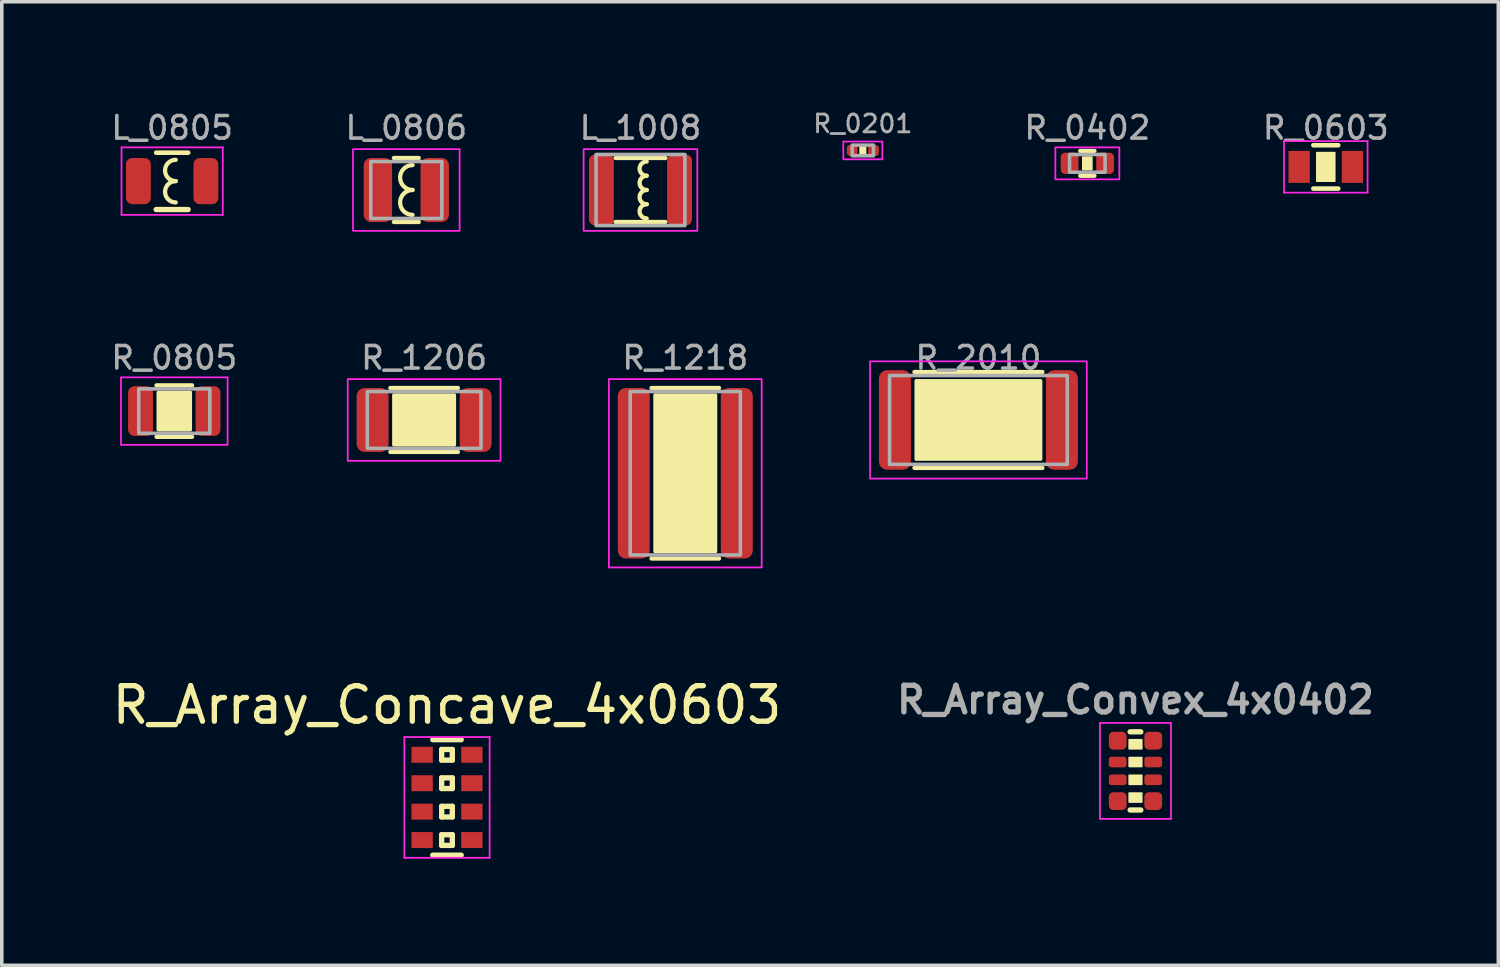
<source format=kicad_pcb>
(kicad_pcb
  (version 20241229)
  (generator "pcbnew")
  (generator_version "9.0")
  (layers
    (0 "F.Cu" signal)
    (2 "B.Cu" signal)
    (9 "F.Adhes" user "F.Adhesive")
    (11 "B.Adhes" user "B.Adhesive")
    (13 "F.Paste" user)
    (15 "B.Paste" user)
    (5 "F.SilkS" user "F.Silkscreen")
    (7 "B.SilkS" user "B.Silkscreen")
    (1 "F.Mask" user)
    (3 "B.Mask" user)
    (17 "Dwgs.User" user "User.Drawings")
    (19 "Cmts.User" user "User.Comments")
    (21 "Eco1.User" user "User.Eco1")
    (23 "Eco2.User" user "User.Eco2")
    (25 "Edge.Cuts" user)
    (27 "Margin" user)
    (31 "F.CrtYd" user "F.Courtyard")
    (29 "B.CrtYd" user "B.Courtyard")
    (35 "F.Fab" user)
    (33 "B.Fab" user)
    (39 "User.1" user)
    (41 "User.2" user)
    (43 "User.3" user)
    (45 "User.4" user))
  (footprint "R_2010"
    (layer "F.Cu")
    (at 24.486 8.769)
    (property "Reference" "R_2010" (at 0 -1.75 0) (layer "F.Fab") (effects (font (size 0.635 0.635) (thickness 0.1))))
    (attr smd)
    (fp_line (start -1.8 -1.35) (end 1.8 -1.35) (stroke (width 0.12) (type solid)) (layer "F.SilkS"))
    (fp_line (start 1.8 1.35) (end -1.8 1.35) (stroke (width 0.12) (type solid)) (layer "F.SilkS"))
    (fp_rect (start -1.75 -1.1) (end 1.75 1.1) (stroke (width 0.1) (type solid)) (fill yes) (layer "F.SilkS"))
    (fp_rect (start -3.05 -1.65) (end 3.05 1.65) (stroke (width 0.05) (type solid)) (fill no) (layer "F.CrtYd"))
    (fp_rect (start -2.5 -1.25) (end 2.5 1.25) (stroke (width 0.1) (type solid)) (fill no) (layer "F.Fab"))
    (pad "1" smd roundrect (at -2.35 0) (size 0.9 2.8) (layers "F.Cu" "F.Mask" "F.Paste") (roundrect_rratio 0.25))
    (pad "2" smd roundrect (at 2.35 0) (size 0.9 2.8) (layers "F.Cu" "F.Mask" "F.Paste") (roundrect_rratio 0.25)))
  (footprint "R_1206"
    (layer "F.Cu")
    (at 8.886 8.769)
    (property "Reference" "R_1206" (at 0 -1.75 0) (layer "F.Fab") (effects (font (size 0.635 0.635) (thickness 0.1))))
    (attr smd)
    (fp_line (start -0.95 -0.9) (end 0.95 -0.9) (stroke (width 0.12) (type solid)) (layer "F.SilkS"))
    (fp_line (start 0.95 0.9) (end -0.95 0.9) (stroke (width 0.12) (type solid)) (layer "F.SilkS"))
    (fp_rect (start -0.85 -0.7) (end 0.85 0.7) (stroke (width 0.1) (type solid)) (fill yes) (layer "F.SilkS"))
    (fp_rect (start -2.15 -1.15) (end 2.15 1.15) (stroke (width 0.05) (type solid)) (fill no) (layer "F.CrtYd"))
    (fp_rect (start -1.6 -0.8) (end 1.6 0.8) (stroke (width 0.1) (type solid)) (fill no) (layer "F.Fab"))
    (pad "1" smd roundrect (at -1.45 0) (size 0.9 1.8) (layers "F.Cu" "F.Mask" "F.Paste") (roundrect_rratio 0.25))
    (pad "2" smd roundrect (at 1.45 0) (size 0.9 1.8) (layers "F.Cu" "F.Mask" "F.Paste") (roundrect_rratio 0.25)))
  (footprint "R_0603"
    (layer "F.Cu")
    (at 34.262 1.647)
    (property "Reference" "R_0603" (at 0 -1.1 0) (layer "F.Fab") (effects (font (size 0.635 0.635) (thickness 0.1))))
    (attr smd)
    (fp_line (start -0.35 -0.61) (end 0.35 -0.61) (stroke (width 0.13) (type solid)) (layer "F.SilkS"))
    (fp_line (start 0.35 0.61) (end -0.35 0.61) (stroke (width 0.13) (type solid)) (layer "F.SilkS"))
    (fp_poly (pts (xy 0.25 0.4) (xy 0.25 -0.4) (xy -0.25 -0.4) (xy -0.25 0.4) (xy 0.25 0.4)) (stroke (width 0.05) (type solid)) (fill yes) (layer "F.SilkS"))
    (fp_line (start -1.175 -0.725) (end -1.175 0.725) (stroke (width 0.05) (type solid)) (layer "F.CrtYd"))
    (fp_line (start -1.175 -0.725) (end 1.175 -0.725) (stroke (width 0.05) (type solid)) (layer "F.CrtYd"))
    (fp_line (start -1.175 0.725) (end 1.175 0.725) (stroke (width 0.05) (type solid)) (layer "F.CrtYd"))
    (fp_line (start 1.175 -0.725) (end 1.175 0.725) (stroke (width 0.05) (type solid)) (layer "F.CrtYd"))
    (pad "1" smd rect (at -0.75 0) (size 0.6 0.9) (layers "F.Cu" "F.Mask" "F.Paste"))
    (pad "2" smd rect (at 0.75 0) (size 0.6 0.9) (layers "F.Cu" "F.Mask" "F.Paste")))
  (footprint "L_0806"
    (layer "F.Cu")
    (at 8.385 2.297)
    (property "Reference" "L_0806" (at 0 -1.75 0) (layer "F.Fab") (effects (font (size 0.635 0.635) (thickness 0.1))))
    (attr smd)
    (fp_line (start -0.35 -0.9) (end 0.35 -0.9) (stroke (width 0.12) (type solid)) (layer "F.SilkS"))
    (fp_line (start 0.35 0.9) (end -0.35 0.9) (stroke (width 0.12) (type solid)) (layer "F.SilkS"))
    (fp_arc (start 0.175 0) (mid -0.175 -0.35) (end 0.175 -0.7) (stroke (width 0.12) (type solid)) (layer "F.SilkS"))
    (fp_arc (start 0.175 0.7) (mid -0.175 0.35) (end 0.175 0) (stroke (width 0.12) (type solid)) (layer "F.SilkS"))
    (fp_rect (start -1.5 -1.15) (end 1.5 1.15) (stroke (width 0.05) (type solid)) (fill no) (layer "F.CrtYd"))
    (fp_rect (start -1 -0.8) (end 1 0.8) (stroke (width 0.1) (type solid)) (fill no) (layer "F.Fab"))
    (pad "1" smd roundrect (at -0.8 0) (size 0.8 1.8) (layers "F.Cu" "F.Mask" "F.Paste") (roundrect_rratio 0.25))
    (pad "2" smd roundrect (at 0.8 0) (size 0.8 1.8) (layers "F.Cu" "F.Mask" "F.Paste") (roundrect_rratio 0.25)))
  (footprint "R_1218"
    (layer "F.Cu")
    (at 16.236 10.269)
    (property "Reference" "R_1218" (at 0 -3.25 0) (layer "F.Fab") (effects (font (size 0.635 0.635) (thickness 0.1))))
    (attr smd)
    (fp_line (start -0.95 -2.4) (end 0.95 -2.4) (stroke (width 0.12) (type solid)) (layer "F.SilkS"))
    (fp_line (start 0.95 2.4) (end -0.95 2.4) (stroke (width 0.12) (type solid)) (layer "F.SilkS"))
    (fp_rect (start -0.85 -2.2) (end 0.85 2.2) (stroke (width 0.1) (type solid)) (fill yes) (layer "F.SilkS"))
    (fp_rect (start -2.15 -2.65) (end 2.15 2.65) (stroke (width 0.05) (type solid)) (fill no) (layer "F.CrtYd"))
    (fp_rect (start -1.55 -2.3) (end 1.55 2.3) (stroke (width 0.1) (type solid)) (fill no) (layer "F.Fab"))
    (pad "1" smd roundrect (at -1.45 0) (size 0.9 4.8) (layers "F.Cu" "F.Mask" "F.Paste") (roundrect_rratio 0.25))
    (pad "2" smd roundrect (at 1.45 0) (size 0.9 4.8) (layers "F.Cu" "F.Mask" "F.Paste") (roundrect_rratio 0.25)))
  (footprint "R_0402"
    (layer "F.Cu")
    (at 27.551 1.547)
    (property "Reference" "R_0402" (at 0 -1 0) (layer "F.Fab") (effects (font (size 0.635 0.635) (thickness 0.1))))
    (attr smd)
    (fp_line (start -0.2 -0.35) (end 0.2 -0.35) (stroke (width 0.12) (type solid)) (layer "F.SilkS"))
    (fp_line (start 0.2 0.35) (end -0.2 0.35) (stroke (width 0.12) (type solid)) (layer "F.SilkS"))
    (fp_rect (start -0.125 -0.175) (end 0.125 0.175) (stroke (width 0.05) (type solid)) (fill yes) (layer "F.SilkS"))
    (fp_rect (start -0.9 -0.45) (end 0.9 0.45) (stroke (width 0.05) (type solid)) (fill no) (layer "F.CrtYd"))
    (fp_rect (start -0.5 -0.25) (end 0.5 0.25) (stroke (width 0.1) (type solid)) (fill no) (layer "F.Fab"))
    (pad "1" smd roundrect (at -0.5 0) (size 0.5 0.6) (layers "F.Cu" "F.Mask" "F.Paste") (roundrect_rratio 0.25))
    (pad "2" smd roundrect (at 0.5 0) (size 0.5 0.6) (layers "F.Cu" "F.Mask" "F.Paste") (roundrect_rratio 0.25)))
  (footprint "L_0805"
    (layer "F.Cu")
    (at 1.795 2.047)
    (property "Reference" "L_0805" (at 0 -1.5 0) (layer "F.Fab") (effects (font (size 0.635 0.635) (thickness 0.1))))
    (attr smd)
    (fp_line (start -0.45 -0.8) (end 0.45 -0.8) (stroke (width 0.13) (type solid)) (layer "F.SilkS"))
    (fp_line (start 0.45 0.8) (end -0.45 0.8) (stroke (width 0.15) (type solid)) (layer "F.SilkS"))
    (fp_arc (start 0.1 0) (mid -0.2 -0.3) (end 0.1 -0.6) (stroke (width 0.12) (type solid)) (layer "F.SilkS"))
    (fp_arc (start 0.1 0.6) (mid -0.2 0.3) (end 0.1 0) (stroke (width 0.12) (type solid)) (layer "F.SilkS"))
    (fp_line (start -1.425 -0.95) (end -1.425 0.95) (stroke (width 0.05) (type solid)) (layer "F.CrtYd"))
    (fp_line (start -1.425 -0.95) (end 1.425 -0.95) (stroke (width 0.05) (type solid)) (layer "F.CrtYd"))
    (fp_line (start -1.425 0.95) (end 1.425 0.95) (stroke (width 0.05) (type solid)) (layer "F.CrtYd"))
    (fp_line (start 1.425 -0.95) (end 1.425 0.95) (stroke (width 0.05) (type solid)) (layer "F.CrtYd"))
    (pad "1" smd roundrect (at -0.95 0) (size 0.7 1.3) (layers "F.Cu" "F.Mask" "F.Paste") (roundrect_rratio 0.25))
    (pad "2" smd roundrect (at 0.95 0) (size 0.7 1.3) (layers "F.Cu" "F.Mask" "F.Paste") (roundrect_rratio 0.25)))
  (footprint "R_0201"
    (layer "F.Cu")
    (at 21.233 1.183)
    (property "Reference" "R_0201" (at 0 -0.75 0) (layer "F.Fab") (effects (font (size 0.5 0.5) (thickness 0.08))))
    (attr smd)
    (fp_rect (start -0.075 -0.125) (end 0.075 0.125) (stroke (width 0.05) (type solid)) (fill yes) (layer "F.SilkS"))
    (fp_rect (start -0.55 -0.25) (end 0.55 0.25) (stroke (width 0.05) (type solid)) (fill no) (layer "F.CrtYd"))
    (fp_rect (start -0.3 -0.15) (end 0.3 0.15) (stroke (width 0.1) (type solid)) (fill no) (layer "F.Fab"))
    (pad "1" smd roundrect (at -0.3 0) (size 0.3 0.3) (layers "F.Cu" "F.Mask" "F.Paste") (roundrect_rratio 0.25))
    (pad "2" smd roundrect (at 0.3 0) (size 0.3 0.3) (layers "F.Cu" "F.Mask" "F.Paste") (roundrect_rratio 0.25)))
  (footprint "L_1008"
    (layer "F.Cu")
    (at 14.975 2.297)
    (property "Reference" "L_1008" (at 0 -1.75 0) (layer "F.Fab") (effects (font (size 0.635 0.635) (thickness 0.1))))
    (attr smd)
    (fp_line (start -0.7 -0.9) (end 0.7 -0.9) (stroke (width 0.12) (type solid)) (layer "F.SilkS"))
    (fp_line (start 0.7 0.9) (end -0.7 0.9) (stroke (width 0.12) (type solid)) (layer "F.SilkS"))
    (fp_arc (start 0.175 -0.4) (mid -0.025 -0.6) (end 0.175 -0.8) (stroke (width 0.12) (type solid)) (layer "F.SilkS"))
    (fp_arc (start 0.175 0) (mid -0.025 -0.2) (end 0.175 -0.4) (stroke (width 0.12) (type solid)) (layer "F.SilkS"))
    (fp_arc (start 0.175 0.4) (mid -0.025 0.2) (end 0.175 0) (stroke (width 0.12) (type solid)) (layer "F.SilkS"))
    (fp_arc (start 0.175 0.8) (mid -0.025 0.6) (end 0.175 0.4) (stroke (width 0.12) (type solid)) (layer "F.SilkS"))
    (fp_rect (start -1.6 -1.15) (end 1.6 1.15) (stroke (width 0.05) (type solid)) (fill no) (layer "F.CrtYd"))
    (fp_rect (start -1.25 -1) (end 1.25 1) (stroke (width 0.1) (type solid)) (fill no) (layer "F.Fab"))
    (pad "1" smd roundrect (at -1.1 0) (size 0.7 2) (layers "F.Cu" "F.Mask" "F.Paste") (roundrect_rratio 0.25))
    (pad "2" smd roundrect (at 1.1 0) (size 0.7 2) (layers "F.Cu" "F.Mask" "F.Paste") (roundrect_rratio 0.25)))
  (footprint "R_Array_Convex_4x0402"
    (layer "F.Cu")
    (at 28.906 18.646)
    (property "Reference" "R_Array_Convex_4x0402" (at 0 -2 0) (layer "F.Fab") (effects (font (size 0.75 0.75) (thickness 0.15))))
    (attr smd)
    (fp_line (start 0.15 -1.1) (end -0.15 -1.1) (stroke (width 0.15) (type solid)) (layer "F.SilkS"))
    (fp_line (start 0.15 1.1) (end -0.15 1.1) (stroke (width 0.15) (type solid)) (layer "F.SilkS"))
    (fp_poly (pts (xy -0.175 -0.875) (xy 0.175 -0.875) (xy 0.175 -0.625) (xy -0.175 -0.625)) (stroke (width 0.05) (type solid)) (fill yes) (layer "F.SilkS"))
    (fp_poly (pts (xy -0.175 -0.375) (xy 0.175 -0.375) (xy 0.175 -0.125) (xy -0.175 -0.125)) (stroke (width 0.05) (type solid)) (fill yes) (layer "F.SilkS"))
    (fp_poly (pts (xy -0.175 0.125) (xy 0.175 0.125) (xy 0.175 0.375) (xy -0.175 0.375)) (stroke (width 0.05) (type solid)) (fill yes) (layer "F.SilkS"))
    (fp_poly (pts (xy -0.175 0.625) (xy 0.175 0.625) (xy 0.175 0.875) (xy -0.175 0.875)) (stroke (width 0.05) (type solid)) (fill yes) (layer "F.SilkS"))
    (fp_line (start -1 -1.35) (end -1 1.35) (stroke (width 0.05) (type solid)) (layer "F.CrtYd"))
    (fp_line (start -1 -1.35) (end 1 -1.35) (stroke (width 0.05) (type solid)) (layer "F.CrtYd"))
    (fp_line (start -1 1.35) (end 1 1.35) (stroke (width 0.05) (type solid)) (layer "F.CrtYd"))
    (fp_line (start 1 -1.35) (end 1 1.35) (stroke (width 0.05) (type solid)) (layer "F.CrtYd"))
    (pad "1" smd roundrect (at -0.5 -0.85) (size 0.5 0.5) (layers "F.Cu" "F.Mask" "F.Paste") (roundrect_rratio 0.25))
    (pad "2" smd roundrect (at 0.5 -0.85) (size 0.5 0.5) (layers "F.Cu" "F.Mask" "F.Paste") (roundrect_rratio 0.25))
    (pad "3" smd roundrect (at -0.5 -0.25) (size 0.5 0.3) (layers "F.Cu" "F.Mask" "F.Paste") (roundrect_rratio 0.25))
    (pad "4" smd roundrect (at 0.5 -0.25) (size 0.5 0.3) (layers "F.Cu" "F.Mask" "F.Paste") (roundrect_rratio 0.25))
    (pad "5" smd roundrect (at -0.5 0.25) (size 0.5 0.3) (layers "F.Cu" "F.Mask" "F.Paste") (roundrect_rratio 0.25))
    (pad "6" smd roundrect (at 0.5 0.25) (size 0.5 0.3) (layers "F.Cu" "F.Mask" "F.Paste") (roundrect_rratio 0.25))
    (pad "7" smd roundrect (at -0.5 0.85) (size 0.5 0.5) (layers "F.Cu" "F.Mask" "F.Paste") (roundrect_rratio 0.25))
    (pad "8" smd roundrect (at 0.5 0.85) (size 0.5 0.5) (layers "F.Cu" "F.Mask" "F.Paste") (roundrect_rratio 0.25)))
  (footprint "R_0805"
    (layer "F.Cu")
    (at 1.855 8.519)
    (property "Reference" "R_0805" (at 0 -1.5 0) (layer "F.Fab") (effects (font (size 0.635 0.635) (thickness 0.1))))
    (attr smd)
    (fp_line (start -0.5 -0.725) (end 0.5 -0.725) (stroke (width 0.12) (type solid)) (layer "F.SilkS"))
    (fp_line (start 0.5 0.725) (end -0.5 0.725) (stroke (width 0.12) (type solid)) (layer "F.SilkS"))
    (fp_rect (start -0.45 -0.525) (end 0.45 0.525) (stroke (width 0.1) (type solid)) (fill yes) (layer "F.SilkS"))
    (fp_rect (start -1.5 -0.95) (end 1.5 0.95) (stroke (width 0.05) (type solid)) (fill no) (layer "F.CrtYd"))
    (fp_rect (start -1 -0.625) (end 1 0.625) (stroke (width 0.1) (type solid)) (fill no) (layer "F.Fab"))
    (pad "1" smd roundrect (at -0.95 0) (size 0.7 1.4) (layers "F.Cu" "F.Mask" "F.Paste") (roundrect_rratio 0.25))
    (pad "2" smd roundrect (at 0.95 0) (size 0.7 1.4) (layers "F.Cu" "F.Mask" "F.Paste") (roundrect_rratio 0.25)))
  (footprint "R_Array_Concave_4x0603"
    (layer "F.Cu")
    (at 9.53 19.392)
    (property "Reference" "R_Array_Concave_4x0603" (at 0 -2.6 0) (layer "F.SilkS") (effects (font (size 1 1) (thickness 0.15))))
    (attr smd)
    (fp_line (start -0.15 -1.35) (end 0.15 -1.35) (stroke (width 0.15) (type solid)) (layer "F.SilkS"))
    (fp_line (start -0.15 -1.05) (end -0.15 -1.35) (stroke (width 0.15) (type solid)) (layer "F.SilkS"))
    (fp_line (start -0.15 -0.55) (end 0.15 -0.55) (stroke (width 0.15) (type solid)) (layer "F.SilkS"))
    (fp_line (start -0.15 -0.25) (end -0.15 -0.55) (stroke (width 0.15) (type solid)) (layer "F.SilkS"))
    (fp_line (start -0.15 0.25) (end 0.15 0.25) (stroke (width 0.15) (type solid)) (layer "F.SilkS"))
    (fp_line (start -0.15 0.55) (end -0.15 0.25) (stroke (width 0.15) (type solid)) (layer "F.SilkS"))
    (fp_line (start -0.15 1.05) (end 0.15 1.05) (stroke (width 0.15) (type solid)) (layer "F.SilkS"))
    (fp_line (start -0.15 1.35) (end -0.15 1.05) (stroke (width 0.15) (type solid)) (layer "F.SilkS"))
    (fp_line (start 0.15 -1.35) (end 0.15 -1.05) (stroke (width 0.15) (type solid)) (layer "F.SilkS"))
    (fp_line (start 0.15 -1.05) (end -0.15 -1.05) (stroke (width 0.15) (type solid)) (layer "F.SilkS"))
    (fp_line (start 0.15 -0.55) (end 0.15 -0.25) (stroke (width 0.15) (type solid)) (layer "F.SilkS"))
    (fp_line (start 0.15 -0.25) (end -0.15 -0.25) (stroke (width 0.15) (type solid)) (layer "F.SilkS"))
    (fp_line (start 0.15 0.25) (end 0.15 0.55) (stroke (width 0.15) (type solid)) (layer "F.SilkS"))
    (fp_line (start 0.15 0.55) (end -0.15 0.55) (stroke (width 0.15) (type solid)) (layer "F.SilkS"))
    (fp_line (start 0.15 1.05) (end 0.15 1.35) (stroke (width 0.15) (type solid)) (layer "F.SilkS"))
    (fp_line (start 0.15 1.35) (end -0.15 1.35) (stroke (width 0.15) (type solid)) (layer "F.SilkS"))
    (fp_line (start 0.4 -1.625) (end -0.4 -1.625) (stroke (width 0.15) (type solid)) (layer "F.SilkS"))
    (fp_line (start 0.4 1.625) (end -0.4 1.625) (stroke (width 0.15) (type solid)) (layer "F.SilkS"))
    (fp_line (start -1.2 -1.7) (end -1.2 1.7) (stroke (width 0.05) (type solid)) (layer "F.CrtYd"))
    (fp_line (start -1.2 -1.7) (end 1.2 -1.7) (stroke (width 0.05) (type solid)) (layer "F.CrtYd"))
    (fp_line (start -1.2 1.7) (end 1.2 1.7) (stroke (width 0.05) (type solid)) (layer "F.CrtYd"))
    (fp_line (start 1.2 -1.7) (end 1.2 1.7) (stroke (width 0.05) (type solid)) (layer "F.CrtYd"))
    (pad "1" smd rect (at -0.7 -1.2) (size 0.6 0.45) (layers "F.Cu" "F.Mask" "F.Paste"))
    (pad "2" smd rect (at 0.7 -1.2) (size 0.6 0.45) (layers "F.Cu" "F.Mask" "F.Paste"))
    (pad "3" smd rect (at -0.7 -0.4) (size 0.6 0.45) (layers "F.Cu" "F.Mask" "F.Paste"))
    (pad "4" smd rect (at 0.7 -0.4) (size 0.6 0.45) (layers "F.Cu" "F.Mask" "F.Paste"))
    (pad "5" smd rect (at -0.7 0.4) (size 0.6 0.45) (layers "F.Cu" "F.Mask" "F.Paste"))
    (pad "6" smd rect (at 0.7 0.4) (size 0.6 0.45) (layers "F.Cu" "F.Mask" "F.Paste"))
    (pad "7" smd rect (at -0.7 1.2) (size 0.6 0.45) (layers "F.Cu" "F.Mask" "F.Paste"))
    (pad "8" smd rect (at 0.7 1.2) (size 0.6 0.45) (layers "F.Cu" "F.Mask" "F.Paste")))
  (gr_rect
    (start -3 -3)
    (end 39.117 24.117)
    (stroke (width 0.1) (type default))
    (fill no)
    (layer "Edge.Cuts")))
</source>
